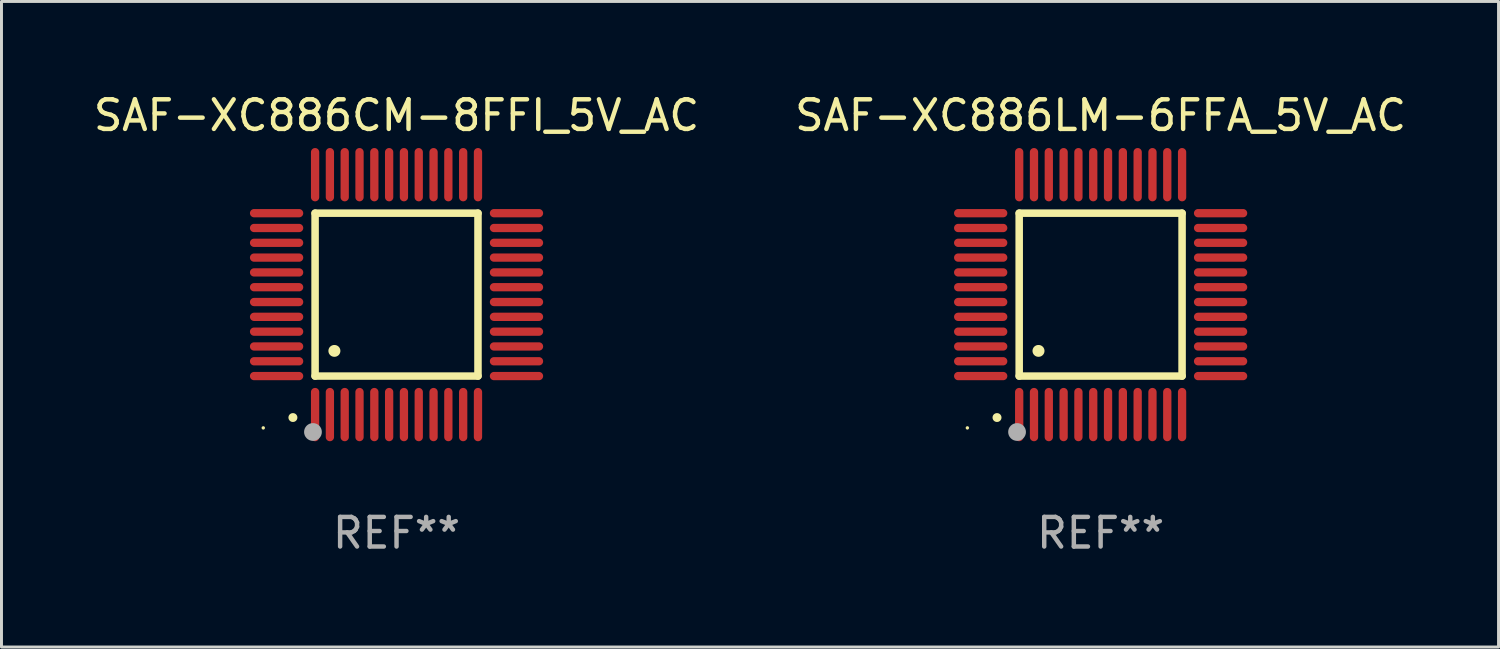
<source format=kicad_pcb>
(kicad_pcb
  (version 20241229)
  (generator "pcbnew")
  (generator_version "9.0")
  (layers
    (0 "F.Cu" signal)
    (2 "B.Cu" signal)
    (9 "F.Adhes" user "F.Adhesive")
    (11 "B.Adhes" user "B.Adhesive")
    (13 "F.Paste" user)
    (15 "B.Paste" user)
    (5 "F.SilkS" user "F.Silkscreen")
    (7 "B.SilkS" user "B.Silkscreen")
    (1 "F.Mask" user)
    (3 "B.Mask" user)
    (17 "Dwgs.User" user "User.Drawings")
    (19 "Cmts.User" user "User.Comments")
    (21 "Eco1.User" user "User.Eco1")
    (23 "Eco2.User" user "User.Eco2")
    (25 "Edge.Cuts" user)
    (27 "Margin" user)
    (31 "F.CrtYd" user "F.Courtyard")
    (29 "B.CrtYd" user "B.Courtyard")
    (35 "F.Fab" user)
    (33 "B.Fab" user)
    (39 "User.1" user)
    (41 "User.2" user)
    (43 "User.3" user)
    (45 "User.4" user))
  (footprint "SAF-XC886LM-6FFA_5V_AC"
    (layer "F.Cu")
    (at 34.113 6.898)
    (property "Reference" "SAF-XC886LM-6FFA_5V_AC" (at 0 -6.05 0) (layer "F.SilkS") (effects (font (size 1 1) (thickness 0.15))))
    (attr through_hole)
    (fp_line (start -2.75 -2.75) (end 2.75 -2.75) (stroke (width 0.254) (type solid)) (layer "F.SilkS"))
    (fp_line (start -2.75 2.75) (end -2.75 -2.75) (stroke (width 0.254) (type solid)) (layer "F.SilkS"))
    (fp_line (start 2.75 -2.75) (end 2.75 2.75) (stroke (width 0.254) (type solid)) (layer "F.SilkS"))
    (fp_line (start 2.75 2.75) (end -2.75 2.75) (stroke (width 0.254) (type solid)) (layer "F.SilkS"))
    (fp_arc (start -3.500127 4.150368) (mid -3.498857 4.150363) (end -3.497587 4.150368) (stroke (width 0.3) (type solid)) (layer "F.SilkS"))
    (fp_arc (start -2.100584 1.899924) (mid -2.098044 1.899908) (end -2.095504 1.899924) (stroke (width 0.4) (type solid)) (layer "F.SilkS"))
    (fp_circle (center -4.5 4.5) (end -4.47 4.5) (stroke (width 0.06) (type solid)) (fill no) (layer "F.SilkS"))
    (fp_circle (center -2.822 4.638) (end -2.672 4.638) (stroke (width 0.3) (type solid)) (fill no) (layer "F.Fab"))
    (fp_text user "REF**" (at 0 8.05 0) (layer "F.Fab") (effects (font (size 1 1) (thickness 0.15))))
    (pad "1" smd oval (at -2.75 4.05) (size 0.28 1.8) (layers "F.Cu" "F.Mask" "F.Paste"))
    (pad "2" smd oval (at -2.25 4.05) (size 0.28 1.8) (layers "F.Cu" "F.Mask" "F.Paste"))
    (pad "3" smd oval (at -1.75 4.05) (size 0.28 1.8) (layers "F.Cu" "F.Mask" "F.Paste"))
    (pad "4" smd oval (at -1.25 4.05) (size 0.28 1.8) (layers "F.Cu" "F.Mask" "F.Paste"))
    (pad "5" smd oval (at -0.75 4.05) (size 0.28 1.8) (layers "F.Cu" "F.Mask" "F.Paste"))
    (pad "6" smd oval (at -0.25 4.05) (size 0.28 1.8) (layers "F.Cu" "F.Mask" "F.Paste"))
    (pad "7" smd oval (at 0.25 4.05) (size 0.28 1.8) (layers "F.Cu" "F.Mask" "F.Paste"))
    (pad "8" smd oval (at 0.75 4.05) (size 0.28 1.8) (layers "F.Cu" "F.Mask" "F.Paste"))
    (pad "9" smd oval (at 1.25 4.05) (size 0.28 1.8) (layers "F.Cu" "F.Mask" "F.Paste"))
    (pad "10" smd oval (at 1.75 4.05) (size 0.28 1.8) (layers "F.Cu" "F.Mask" "F.Paste"))
    (pad "11" smd oval (at 2.25 4.05) (size 0.28 1.8) (layers "F.Cu" "F.Mask" "F.Paste"))
    (pad "12" smd oval (at 2.75 4.05) (size 0.28 1.8) (layers "F.Cu" "F.Mask" "F.Paste"))
    (pad "13" smd oval (at 4.05 2.75) (size 1.8 0.28) (layers "F.Cu" "F.Mask" "F.Paste"))
    (pad "14" smd oval (at 4.05 2.25) (size 1.8 0.28) (layers "F.Cu" "F.Mask" "F.Paste"))
    (pad "15" smd oval (at 4.05 1.75) (size 1.8 0.28) (layers "F.Cu" "F.Mask" "F.Paste"))
    (pad "16" smd oval (at 4.05 1.25) (size 1.8 0.28) (layers "F.Cu" "F.Mask" "F.Paste"))
    (pad "17" smd oval (at 4.05 0.75) (size 1.8 0.28) (layers "F.Cu" "F.Mask" "F.Paste"))
    (pad "18" smd oval (at 4.05 0.25) (size 1.8 0.28) (layers "F.Cu" "F.Mask" "F.Paste"))
    (pad "19" smd oval (at 4.05 -0.25) (size 1.8 0.28) (layers "F.Cu" "F.Mask" "F.Paste"))
    (pad "20" smd oval (at 4.05 -0.75) (size 1.8 0.28) (layers "F.Cu" "F.Mask" "F.Paste"))
    (pad "21" smd oval (at 4.05 -1.25) (size 1.8 0.28) (layers "F.Cu" "F.Mask" "F.Paste"))
    (pad "22" smd oval (at 4.05 -1.75) (size 1.8 0.28) (layers "F.Cu" "F.Mask" "F.Paste"))
    (pad "23" smd oval (at 4.05 -2.25) (size 1.8 0.28) (layers "F.Cu" "F.Mask" "F.Paste"))
    (pad "24" smd oval (at 4.05 -2.75) (size 1.8 0.28) (layers "F.Cu" "F.Mask" "F.Paste"))
    (pad "25" smd oval (at 2.75 -4.05) (size 0.28 1.8) (layers "F.Cu" "F.Mask" "F.Paste"))
    (pad "26" smd oval (at 2.25 -4.05) (size 0.28 1.8) (layers "F.Cu" "F.Mask" "F.Paste"))
    (pad "27" smd oval (at 1.75 -4.05) (size 0.28 1.8) (layers "F.Cu" "F.Mask" "F.Paste"))
    (pad "28" smd oval (at 1.25 -4.05) (size 0.28 1.8) (layers "F.Cu" "F.Mask" "F.Paste"))
    (pad "29" smd oval (at 0.75 -4.05) (size 0.28 1.8) (layers "F.Cu" "F.Mask" "F.Paste"))
    (pad "30" smd oval (at 0.25 -4.05) (size 0.28 1.8) (layers "F.Cu" "F.Mask" "F.Paste"))
    (pad "31" smd oval (at -0.25 -4.05) (size 0.28 1.8) (layers "F.Cu" "F.Mask" "F.Paste"))
    (pad "32" smd oval (at -0.75 -4.05) (size 0.28 1.8) (layers "F.Cu" "F.Mask" "F.Paste"))
    (pad "33" smd oval (at -1.25 -4.05) (size 0.28 1.8) (layers "F.Cu" "F.Mask" "F.Paste"))
    (pad "34" smd oval (at -1.75 -4.05) (size 0.28 1.8) (layers "F.Cu" "F.Mask" "F.Paste"))
    (pad "35" smd oval (at -2.25 -4.05) (size 0.28 1.8) (layers "F.Cu" "F.Mask" "F.Paste"))
    (pad "36" smd oval (at -2.75 -4.05) (size 0.28 1.8) (layers "F.Cu" "F.Mask" "F.Paste"))
    (pad "37" smd oval (at -4.05 -2.75) (size 1.8 0.28) (layers "F.Cu" "F.Mask" "F.Paste"))
    (pad "38" smd oval (at -4.05 -2.25) (size 1.8 0.28) (layers "F.Cu" "F.Mask" "F.Paste"))
    (pad "39" smd oval (at -4.05 -1.75) (size 1.8 0.28) (layers "F.Cu" "F.Mask" "F.Paste"))
    (pad "40" smd oval (at -4.05 -1.25) (size 1.8 0.28) (layers "F.Cu" "F.Mask" "F.Paste"))
    (pad "41" smd oval (at -4.05 -0.75) (size 1.8 0.28) (layers "F.Cu" "F.Mask" "F.Paste"))
    (pad "42" smd oval (at -4.05 -0.25) (size 1.8 0.28) (layers "F.Cu" "F.Mask" "F.Paste"))
    (pad "43" smd oval (at -4.05 0.25) (size 1.8 0.28) (layers "F.Cu" "F.Mask" "F.Paste"))
    (pad "44" smd oval (at -4.05 0.75) (size 1.8 0.28) (layers "F.Cu" "F.Mask" "F.Paste"))
    (pad "45" smd oval (at -4.05 1.25) (size 1.8 0.28) (layers "F.Cu" "F.Mask" "F.Paste"))
    (pad "46" smd oval (at -4.05 1.75) (size 1.8 0.28) (layers "F.Cu" "F.Mask" "F.Paste"))
    (pad "47" smd oval (at -4.05 2.25) (size 1.8 0.28) (layers "F.Cu" "F.Mask" "F.Paste"))
    (pad "48" smd oval (at -4.05 2.75) (size 1.8 0.28) (layers "F.Cu" "F.Mask" "F.Paste")))
  (footprint "SAF-XC886CM-8FFI_5V_AC"
    (layer "F.Cu")
    (at 10.339 6.898)
    (property "Reference" "SAF-XC886CM-8FFI_5V_AC" (at 0 -6.05 0) (layer "F.SilkS") (effects (font (size 1 1) (thickness 0.15))))
    (attr through_hole)
    (fp_line (start -2.75 -2.75) (end 2.75 -2.75) (stroke (width 0.254) (type solid)) (layer "F.SilkS"))
    (fp_line (start -2.75 2.75) (end -2.75 -2.75) (stroke (width 0.254) (type solid)) (layer "F.SilkS"))
    (fp_line (start 2.75 -2.75) (end 2.75 2.75) (stroke (width 0.254) (type solid)) (layer "F.SilkS"))
    (fp_line (start 2.75 2.75) (end -2.75 2.75) (stroke (width 0.254) (type solid)) (layer "F.SilkS"))
    (fp_arc (start -3.500127 4.150368) (mid -3.498857 4.150363) (end -3.497587 4.150368) (stroke (width 0.3) (type solid)) (layer "F.SilkS"))
    (fp_arc (start -2.100584 1.899924) (mid -2.098044 1.899908) (end -2.095504 1.899924) (stroke (width 0.4) (type solid)) (layer "F.SilkS"))
    (fp_circle (center -4.5 4.5) (end -4.47 4.5) (stroke (width 0.06) (type solid)) (fill no) (layer "F.SilkS"))
    (fp_circle (center -2.822 4.638) (end -2.672 4.638) (stroke (width 0.3) (type solid)) (fill no) (layer "F.Fab"))
    (fp_text user "REF**" (at 0 8.05 0) (layer "F.Fab") (effects (font (size 1 1) (thickness 0.15))))
    (pad "1" smd oval (at -2.75 4.05) (size 0.28 1.8) (layers "F.Cu" "F.Mask" "F.Paste"))
    (pad "2" smd oval (at -2.25 4.05) (size 0.28 1.8) (layers "F.Cu" "F.Mask" "F.Paste"))
    (pad "3" smd oval (at -1.75 4.05) (size 0.28 1.8) (layers "F.Cu" "F.Mask" "F.Paste"))
    (pad "4" smd oval (at -1.25 4.05) (size 0.28 1.8) (layers "F.Cu" "F.Mask" "F.Paste"))
    (pad "5" smd oval (at -0.75 4.05) (size 0.28 1.8) (layers "F.Cu" "F.Mask" "F.Paste"))
    (pad "6" smd oval (at -0.25 4.05) (size 0.28 1.8) (layers "F.Cu" "F.Mask" "F.Paste"))
    (pad "7" smd oval (at 0.25 4.05) (size 0.28 1.8) (layers "F.Cu" "F.Mask" "F.Paste"))
    (pad "8" smd oval (at 0.75 4.05) (size 0.28 1.8) (layers "F.Cu" "F.Mask" "F.Paste"))
    (pad "9" smd oval (at 1.25 4.05) (size 0.28 1.8) (layers "F.Cu" "F.Mask" "F.Paste"))
    (pad "10" smd oval (at 1.75 4.05) (size 0.28 1.8) (layers "F.Cu" "F.Mask" "F.Paste"))
    (pad "11" smd oval (at 2.25 4.05) (size 0.28 1.8) (layers "F.Cu" "F.Mask" "F.Paste"))
    (pad "12" smd oval (at 2.75 4.05) (size 0.28 1.8) (layers "F.Cu" "F.Mask" "F.Paste"))
    (pad "13" smd oval (at 4.05 2.75) (size 1.8 0.28) (layers "F.Cu" "F.Mask" "F.Paste"))
    (pad "14" smd oval (at 4.05 2.25) (size 1.8 0.28) (layers "F.Cu" "F.Mask" "F.Paste"))
    (pad "15" smd oval (at 4.05 1.75) (size 1.8 0.28) (layers "F.Cu" "F.Mask" "F.Paste"))
    (pad "16" smd oval (at 4.05 1.25) (size 1.8 0.28) (layers "F.Cu" "F.Mask" "F.Paste"))
    (pad "17" smd oval (at 4.05 0.75) (size 1.8 0.28) (layers "F.Cu" "F.Mask" "F.Paste"))
    (pad "18" smd oval (at 4.05 0.25) (size 1.8 0.28) (layers "F.Cu" "F.Mask" "F.Paste"))
    (pad "19" smd oval (at 4.05 -0.25) (size 1.8 0.28) (layers "F.Cu" "F.Mask" "F.Paste"))
    (pad "20" smd oval (at 4.05 -0.75) (size 1.8 0.28) (layers "F.Cu" "F.Mask" "F.Paste"))
    (pad "21" smd oval (at 4.05 -1.25) (size 1.8 0.28) (layers "F.Cu" "F.Mask" "F.Paste"))
    (pad "22" smd oval (at 4.05 -1.75) (size 1.8 0.28) (layers "F.Cu" "F.Mask" "F.Paste"))
    (pad "23" smd oval (at 4.05 -2.25) (size 1.8 0.28) (layers "F.Cu" "F.Mask" "F.Paste"))
    (pad "24" smd oval (at 4.05 -2.75) (size 1.8 0.28) (layers "F.Cu" "F.Mask" "F.Paste"))
    (pad "25" smd oval (at 2.75 -4.05) (size 0.28 1.8) (layers "F.Cu" "F.Mask" "F.Paste"))
    (pad "26" smd oval (at 2.25 -4.05) (size 0.28 1.8) (layers "F.Cu" "F.Mask" "F.Paste"))
    (pad "27" smd oval (at 1.75 -4.05) (size 0.28 1.8) (layers "F.Cu" "F.Mask" "F.Paste"))
    (pad "28" smd oval (at 1.25 -4.05) (size 0.28 1.8) (layers "F.Cu" "F.Mask" "F.Paste"))
    (pad "29" smd oval (at 0.75 -4.05) (size 0.28 1.8) (layers "F.Cu" "F.Mask" "F.Paste"))
    (pad "30" smd oval (at 0.25 -4.05) (size 0.28 1.8) (layers "F.Cu" "F.Mask" "F.Paste"))
    (pad "31" smd oval (at -0.25 -4.05) (size 0.28 1.8) (layers "F.Cu" "F.Mask" "F.Paste"))
    (pad "32" smd oval (at -0.75 -4.05) (size 0.28 1.8) (layers "F.Cu" "F.Mask" "F.Paste"))
    (pad "33" smd oval (at -1.25 -4.05) (size 0.28 1.8) (layers "F.Cu" "F.Mask" "F.Paste"))
    (pad "34" smd oval (at -1.75 -4.05) (size 0.28 1.8) (layers "F.Cu" "F.Mask" "F.Paste"))
    (pad "35" smd oval (at -2.25 -4.05) (size 0.28 1.8) (layers "F.Cu" "F.Mask" "F.Paste"))
    (pad "36" smd oval (at -2.75 -4.05) (size 0.28 1.8) (layers "F.Cu" "F.Mask" "F.Paste"))
    (pad "37" smd oval (at -4.05 -2.75) (size 1.8 0.28) (layers "F.Cu" "F.Mask" "F.Paste"))
    (pad "38" smd oval (at -4.05 -2.25) (size 1.8 0.28) (layers "F.Cu" "F.Mask" "F.Paste"))
    (pad "39" smd oval (at -4.05 -1.75) (size 1.8 0.28) (layers "F.Cu" "F.Mask" "F.Paste"))
    (pad "40" smd oval (at -4.05 -1.25) (size 1.8 0.28) (layers "F.Cu" "F.Mask" "F.Paste"))
    (pad "41" smd oval (at -4.05 -0.75) (size 1.8 0.28) (layers "F.Cu" "F.Mask" "F.Paste"))
    (pad "42" smd oval (at -4.05 -0.25) (size 1.8 0.28) (layers "F.Cu" "F.Mask" "F.Paste"))
    (pad "43" smd oval (at -4.05 0.25) (size 1.8 0.28) (layers "F.Cu" "F.Mask" "F.Paste"))
    (pad "44" smd oval (at -4.05 0.75) (size 1.8 0.28) (layers "F.Cu" "F.Mask" "F.Paste"))
    (pad "45" smd oval (at -4.05 1.25) (size 1.8 0.28) (layers "F.Cu" "F.Mask" "F.Paste"))
    (pad "46" smd oval (at -4.05 1.75) (size 1.8 0.28) (layers "F.Cu" "F.Mask" "F.Paste"))
    (pad "47" smd oval (at -4.05 2.25) (size 1.8 0.28) (layers "F.Cu" "F.Mask" "F.Paste"))
    (pad "48" smd oval (at -4.05 2.75) (size 1.8 0.28) (layers "F.Cu" "F.Mask" "F.Paste")))
  (gr_rect
    (start -3 -3)
    (end 47.548 18.797)
    (stroke (width 0.1) (type default))
    (fill no)
    (layer "Edge.Cuts")))
</source>
